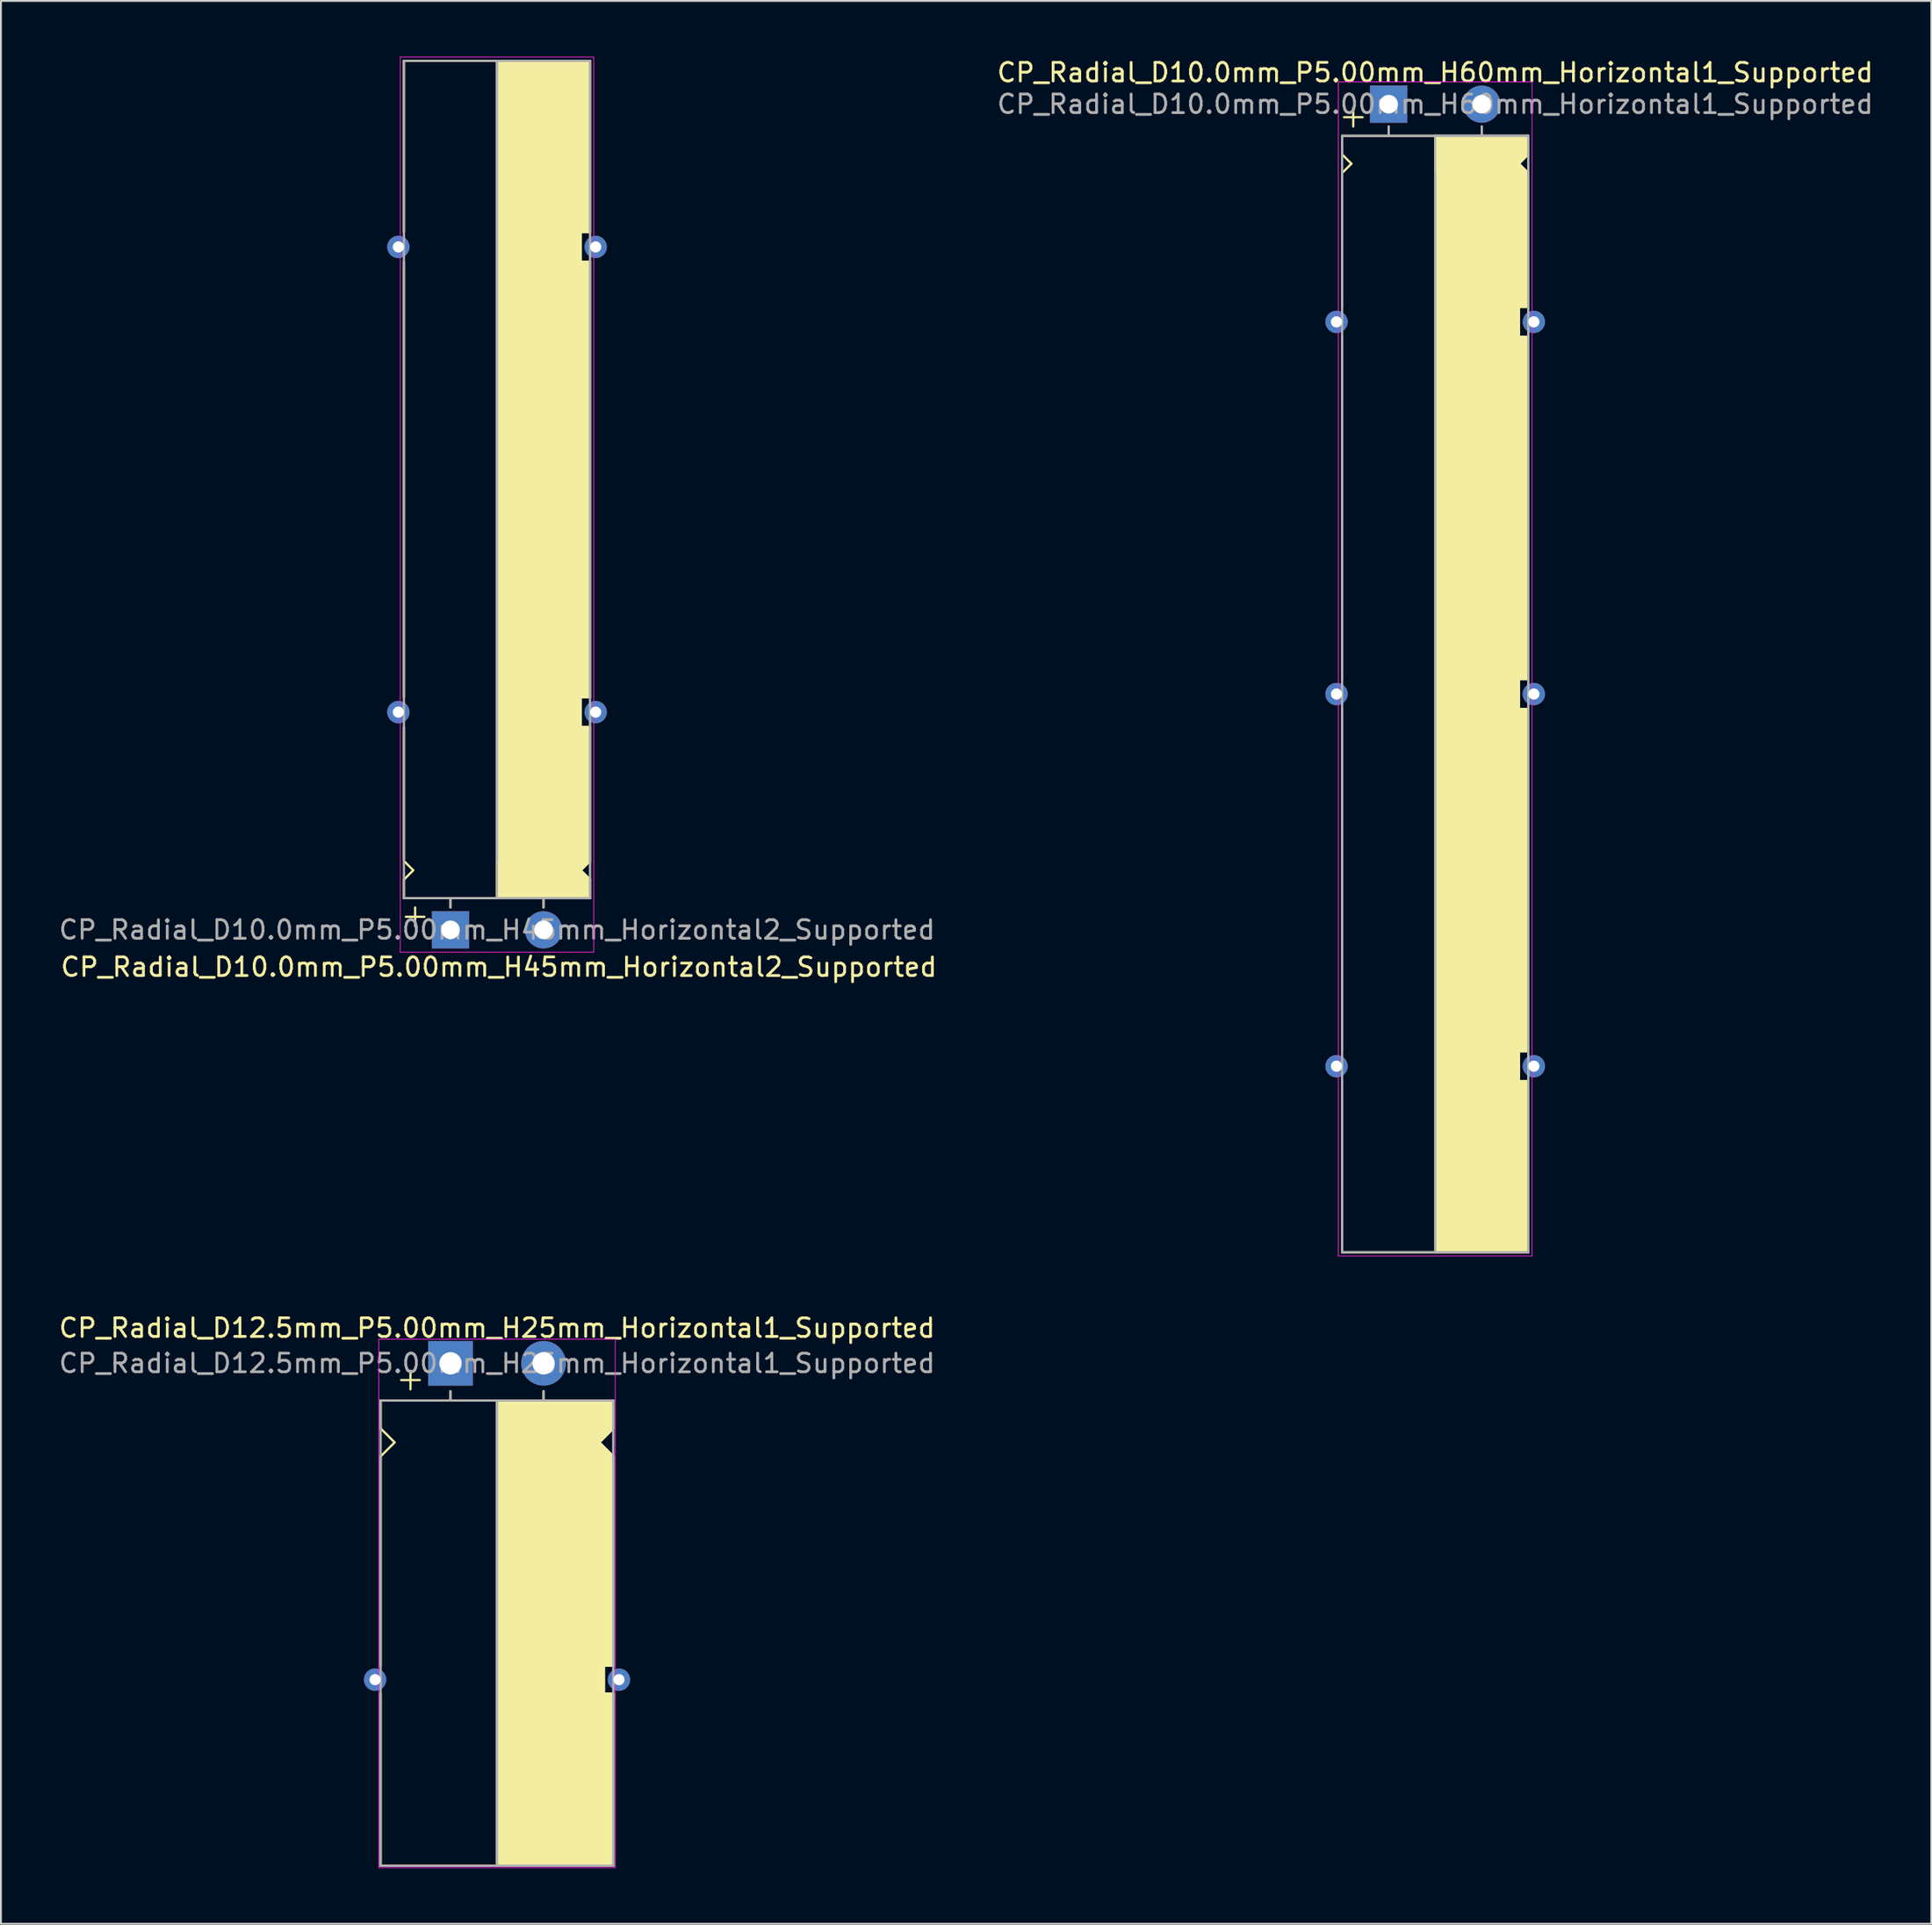
<source format=kicad_pcb>
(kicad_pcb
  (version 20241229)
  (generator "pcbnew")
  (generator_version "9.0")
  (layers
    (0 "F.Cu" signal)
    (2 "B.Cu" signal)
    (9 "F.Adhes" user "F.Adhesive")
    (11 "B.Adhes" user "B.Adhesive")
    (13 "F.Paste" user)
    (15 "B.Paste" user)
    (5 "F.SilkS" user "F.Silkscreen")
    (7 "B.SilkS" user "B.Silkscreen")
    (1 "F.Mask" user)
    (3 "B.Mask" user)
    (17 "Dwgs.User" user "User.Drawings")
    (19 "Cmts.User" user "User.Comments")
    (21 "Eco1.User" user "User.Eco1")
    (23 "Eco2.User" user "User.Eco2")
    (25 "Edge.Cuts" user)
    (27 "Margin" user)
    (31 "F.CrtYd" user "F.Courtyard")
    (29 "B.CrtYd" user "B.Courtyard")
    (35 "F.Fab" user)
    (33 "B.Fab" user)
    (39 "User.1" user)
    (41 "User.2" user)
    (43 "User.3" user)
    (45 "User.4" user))
  (footprint "CP_Radial_D10.0mm_P5.00mm_H60mm_Horizontal1_Supported"
    (layer "F.Cu")
    (at 71.546 2.548)
    (property "Reference" "CP_Radial_D10.0mm_P5.00mm_H60mm_Horizontal1_Supported" (at 2.5 -1.7 0) (layer "F.SilkS") (effects (font (size 1 1) (thickness 0.15))))
    (attr through_hole)
    (fp_line (start -2.5 1.7) (end -2.5 2.7) (stroke (width 0.12) (type solid)) (layer "F.SilkS"))
    (fp_line (start -2.5 2.7) (end -2 3.2) (stroke (width 0.12) (type solid)) (layer "F.SilkS"))
    (fp_line (start -2.5 3.8) (end -2.5 10.9) (stroke (width 0.12) (type solid)) (layer "F.SilkS"))
    (fp_line (start -2.5 12.5) (end -2.5 30.9) (stroke (width 0.12) (type solid)) (layer "F.SilkS"))
    (fp_line (start -2.5 50.9) (end -2.5 32.5) (stroke (width 0.12) (type solid)) (layer "F.SilkS"))
    (fp_line (start -2.5 52.5) (end -2.5 61.7) (stroke (width 0.12) (type solid)) (layer "F.SilkS"))
    (fp_line (start -2.5 61.7) (end 7.5 61.7) (stroke (width 0.12) (type solid)) (layer "F.SilkS"))
    (fp_line (start -2 3.2) (end -2.5 3.7) (stroke (width 0.12) (type solid)) (layer "F.SilkS"))
    (fp_line (start -1.9 0.2) (end -1.9 1.2) (stroke (width 0.12) (type solid)) (layer "F.SilkS"))
    (fp_line (start -1.4 0.7) (end -2.4 0.7) (stroke (width 0.12) (type solid)) (layer "F.SilkS"))
    (fp_line (start 0 1.7) (end 0 1.2) (stroke (width 0.12) (type solid)) (layer "F.SilkS"))
    (fp_line (start 2.5 1.7) (end -2.5 1.7) (stroke (width 0.12) (type solid)) (layer "F.SilkS"))
    (fp_line (start 2.5 61.7) (end 2.5 1.7) (stroke (width 0.12) (type solid)) (layer "F.SilkS"))
    (fp_line (start 5 1.7) (end 5 1.2) (stroke (width 0.12) (type solid)) (layer "F.SilkS"))
    (fp_line (start 7 3.2) (end 7.5 3.7) (stroke (width 0.12) (type solid)) (layer "F.SilkS"))
    (fp_line (start 7 10.9) (end 7 12.5) (stroke (width 0.12) (type solid)) (layer "F.SilkS"))
    (fp_line (start 7 12.5) (end 7.5 12.5) (stroke (width 0.12) (type solid)) (layer "F.SilkS"))
    (fp_line (start 7 30.9) (end 7 32.5) (stroke (width 0.12) (type solid)) (layer "F.SilkS"))
    (fp_line (start 7 32.5) (end 7.5 32.5) (stroke (width 0.12) (type solid)) (layer "F.SilkS"))
    (fp_line (start 7 50.9) (end 7 52.5) (stroke (width 0.12) (type solid)) (layer "F.SilkS"))
    (fp_line (start 7 52.5) (end 7.5 52.5) (stroke (width 0.12) (type solid)) (layer "F.SilkS"))
    (fp_line (start 7.5 1.7) (end 2.5 1.7) (stroke (width 0.12) (type solid)) (layer "F.SilkS"))
    (fp_line (start 7.5 1.7) (end 7.5 2.7) (stroke (width 0.12) (type solid)) (layer "F.SilkS"))
    (fp_line (start 7.5 2.7) (end 7 3.2) (stroke (width 0.12) (type solid)) (layer "F.SilkS"))
    (fp_line (start 7.5 3.7) (end 7.5 10.9) (stroke (width 0.12) (type solid)) (layer "F.SilkS"))
    (fp_line (start 7.5 10.9) (end 7 10.9) (stroke (width 0.12) (type solid)) (layer "F.SilkS"))
    (fp_line (start 7.5 12.5) (end 7.5 30.9) (stroke (width 0.12) (type solid)) (layer "F.SilkS"))
    (fp_line (start 7.5 30.9) (end 7 30.9) (stroke (width 0.12) (type solid)) (layer "F.SilkS"))
    (fp_line (start 7.5 50.9) (end 7 50.9) (stroke (width 0.12) (type solid)) (layer "F.SilkS"))
    (fp_line (start 7.5 50.9) (end 7.5 32.5) (stroke (width 0.12) (type solid)) (layer "F.SilkS"))
    (fp_line (start 7.5 52.5) (end 7.5 61.7) (stroke (width 0.12) (type solid)) (layer "F.SilkS"))
    (fp_poly (pts (xy 7.5 2.7) (xy 7 3.2) (xy 7.5 3.7) (xy 7.5 10.9) (xy 7 10.9) (xy 7 12.5) (xy 7.5 12.5) (xy 7.5 30.9) (xy 7 30.9) (xy 7 32.5) (xy 7.5 32.5) (xy 7.5 50.9) (xy 7 50.9) (xy 7 52.5) (xy 7.5 52.5) (xy 7.5 61.7) (xy 2.5 61.7) (xy 2.5 1.7) (xy 7.5 1.7)) (stroke (width 0.1) (type solid)) (fill yes) (layer "F.SilkS"))
    (fp_line (start -2.7 -1.2) (end 5.3 -1.2) (stroke (width 0.04) (type solid)) (layer "F.CrtYd"))
    (fp_line (start -2.7 61.9) (end -2.7 -1.2) (stroke (width 0.04) (type solid)) (layer "F.CrtYd"))
    (fp_line (start 5.3 -1.2) (end 7.7 -1.2) (stroke (width 0.04) (type solid)) (layer "F.CrtYd"))
    (fp_line (start 7.7 -1.2) (end 7.7 61.9) (stroke (width 0.04) (type solid)) (layer "F.CrtYd"))
    (fp_line (start 7.7 61.9) (end -2.7 61.9) (stroke (width 0.04) (type solid)) (layer "F.CrtYd"))
    (fp_line (start -2.5 1.7) (end -2.5 61.7) (stroke (width 0.12) (type solid)) (layer "F.Fab"))
    (fp_line (start -2.5 61.7) (end 7.5 61.7) (stroke (width 0.12) (type solid)) (layer "F.Fab"))
    (fp_line (start 0 1.7) (end 0 1.2) (stroke (width 0.12) (type solid)) (layer "F.Fab"))
    (fp_line (start 2.5 3.7) (end 2.5 61.7) (stroke (width 0.12) (type solid)) (layer "F.Fab"))
    (fp_line (start 5 1.7) (end 5 1.2) (stroke (width 0.12) (type solid)) (layer "F.Fab"))
    (fp_line (start 7.5 1.7) (end -2.5 1.7) (stroke (width 0.12) (type solid)) (layer "F.Fab"))
    (fp_line (start 7.5 61.7) (end 7.5 1.7) (stroke (width 0.12) (type solid)) (layer "F.Fab"))
    (fp_poly (pts (xy 7.5 61.7) (xy 2.5 61.7) (xy 2.5 1.7) (xy 7.5 1.7)) (stroke (width 0.1) (type solid)) (fill no) (layer "F.Fab"))
    (fp_text user "${REFERENCE}" (at 2.5 0 0) (layer "F.Fab") (effects (font (size 1 1) (thickness 0.15))))
    (pad "1" thru_hole rect (at 0 0) (size 2 2) (drill 1) (layers "*.Cu" "*.Mask"))
    (pad "2" thru_hole circle (at 5 0) (size 2 2) (drill 1) (layers "*.Cu" "*.Mask"))
    (pad "~" thru_hole circle (at -2.8 11.7 180) (size 1.2 1.2) (drill 0.6) (layers "*.Cu" "*.Mask"))
    (pad "~" thru_hole circle (at -2.8 31.7 180) (size 1.2 1.2) (drill 0.6) (layers "*.Cu" "*.Mask"))
    (pad "~" thru_hole circle (at -2.8 51.7) (size 1.2 1.2) (drill 0.6) (layers "*.Cu" "*.Mask"))
    (pad "~" thru_hole circle (at 7.8 11.7) (size 1.2 1.2) (drill 0.6) (layers "*.Cu" "*.Mask"))
    (pad "~" thru_hole circle (at 7.8 31.7) (size 1.2 1.2) (drill 0.6) (layers "*.Cu" "*.Mask"))
    (pad "~" thru_hole circle (at 7.8 51.7) (size 1.2 1.2) (drill 0.6) (layers "*.Cu" "*.Mask")))
  (footprint "CP_Radial_D12.5mm_P5.00mm_H25mm_Horizontal1_Supported"
    (layer "F.Cu")
    (at 21.149 70.216)
    (property "Reference" "CP_Radial_D12.5mm_P5.00mm_H25mm_Horizontal1_Supported" (at 2.5 -1.9 180) (layer "F.SilkS") (effects (font (size 1 1) (thickness 0.15))))
    (attr through_hole)
    (fp_line (start -3.75 2) (end -3.75 3.5) (stroke (width 0.12) (type solid)) (layer "F.SilkS"))
    (fp_line (start -3.75 3.5) (end -3 4.25) (stroke (width 0.12) (type solid)) (layer "F.SilkS"))
    (fp_line (start -3.75 5) (end -3.75 16.25) (stroke (width 0.12) (type solid)) (layer "F.SilkS"))
    (fp_line (start -3.75 27) (end -3.75 17.75) (stroke (width 0.12) (type solid)) (layer "F.SilkS"))
    (fp_line (start -3 4.25) (end -3.75 5) (stroke (width 0.12) (type solid)) (layer "F.SilkS"))
    (fp_line (start -2.15 0.4) (end -2.15 1.4) (stroke (width 0.12) (type solid)) (layer "F.SilkS"))
    (fp_line (start -1.65 0.9) (end -2.65 0.9) (stroke (width 0.12) (type solid)) (layer "F.SilkS"))
    (fp_line (start 0 1.5) (end 0 2) (stroke (width 0.12) (type solid)) (layer "F.SilkS"))
    (fp_line (start 2.5 2) (end -3.75 2) (stroke (width 0.12) (type solid)) (layer "F.SilkS"))
    (fp_line (start 2.5 2) (end 2.5 27) (stroke (width 0.12) (type solid)) (layer "F.SilkS"))
    (fp_line (start 2.5 2) (end 8.75 2) (stroke (width 0.12) (type solid)) (layer "F.SilkS"))
    (fp_line (start 5 1.5) (end 5 2) (stroke (width 0.12) (type solid)) (layer "F.SilkS"))
    (fp_line (start 8 4.25) (end 8.75 5) (stroke (width 0.12) (type solid)) (layer "F.SilkS"))
    (fp_line (start 8.25 16.25) (end 8.75 16.25) (stroke (width 0.12) (type solid)) (layer "F.SilkS"))
    (fp_line (start 8.25 17.75) (end 8.25 16.25) (stroke (width 0.12) (type solid)) (layer "F.SilkS"))
    (fp_line (start 8.75 2) (end 8.75 3.5) (stroke (width 0.12) (type solid)) (layer "F.SilkS"))
    (fp_line (start 8.75 3.5) (end 8 4.25) (stroke (width 0.12) (type solid)) (layer "F.SilkS"))
    (fp_line (start 8.75 5) (end 8.75 16.25) (stroke (width 0.12) (type solid)) (layer "F.SilkS"))
    (fp_line (start 8.75 17.75) (end 8.25 17.75) (stroke (width 0.12) (type solid)) (layer "F.SilkS"))
    (fp_line (start 8.75 27) (end -3.75 27) (stroke (width 0.12) (type solid)) (layer "F.SilkS"))
    (fp_line (start 8.75 27) (end 8.75 17.75) (stroke (width 0.12) (type solid)) (layer "F.SilkS"))
    (fp_poly (pts (xy 8.75 3.5) (xy 8 4.25) (xy 8.75 5) (xy 8.75 16.25) (xy 8.25 16.25) (xy 8.25 17.75) (xy 8.75 17.75) (xy 8.75 27) (xy 2.5 27) (xy 2.5 2) (xy 8.75 2)) (stroke (width 0.1) (type solid)) (fill yes) (layer "F.SilkS"))
    (fp_line (start -3.85 -1.3) (end 8.85 -1.3) (stroke (width 0.04) (type solid)) (layer "F.CrtYd"))
    (fp_line (start -3.85 27.1) (end -3.85 -1.3) (stroke (width 0.04) (type solid)) (layer "F.CrtYd"))
    (fp_line (start 8.85 -1.3) (end 8.85 27.1) (stroke (width 0.04) (type solid)) (layer "F.CrtYd"))
    (fp_line (start 8.85 27.1) (end -3.85 27.1) (stroke (width 0.04) (type solid)) (layer "F.CrtYd"))
    (fp_line (start -3.75 2) (end -3.75 27) (stroke (width 0.12) (type solid)) (layer "F.Fab"))
    (fp_line (start -3.75 27) (end 8.75 27) (stroke (width 0.12) (type solid)) (layer "F.Fab"))
    (fp_line (start 0 1.5) (end 0 2) (stroke (width 0.12) (type solid)) (layer "F.Fab"))
    (fp_line (start 0 2) (end -3.75 2) (stroke (width 0.12) (type solid)) (layer "F.Fab"))
    (fp_line (start 2.5 2) (end 2.5 27) (stroke (width 0.12) (type solid)) (layer "F.Fab"))
    (fp_line (start 5 2) (end 5 1.5) (stroke (width 0.12) (type solid)) (layer "F.Fab"))
    (fp_line (start 8.75 2) (end 0 2) (stroke (width 0.12) (type solid)) (layer "F.Fab"))
    (fp_line (start 8.75 27) (end 8.75 2) (stroke (width 0.12) (type solid)) (layer "F.Fab"))
    (fp_poly (pts (xy 8.75 27) (xy 2.5 27) (xy 2.5 2) (xy 8.75 2)) (stroke (width 0.1) (type solid)) (fill no) (layer "F.Fab"))
    (fp_text user "${REFERENCE}" (at 2.5 0 0) (layer "F.Fab") (effects (font (size 1 1) (thickness 0.15))))
    (pad "1" thru_hole rect (at 0 0) (size 2.4 2.4) (drill 1.2) (layers "*.Cu" "*.Mask"))
    (pad "2" thru_hole circle (at 5 0) (size 2.4 2.4) (drill 1.2) (layers "*.Cu" "*.Mask"))
    (pad "~" thru_hole circle (at -4.05 17) (size 1.2 1.2) (drill 0.6) (layers "*.Cu" "*.Mask"))
    (pad "~" thru_hole circle (at 9.05 17) (size 1.2 1.2) (drill 0.6) (layers "*.Cu" "*.Mask")))
  (footprint "CP_Radial_D10.0mm_P5.00mm_H45mm_Horizontal2_Supported"
    (layer "F.Cu")
    (at 21.149 46.92)
    (property "Reference" "CP_Radial_D10.0mm_P5.00mm_H45mm_Horizontal2_Supported" (at 2.6 2 0) (layer "F.SilkS") (effects (font (size 1 1) (thickness 0.15))))
    (attr through_hole)
    (fp_line (start -2.5 -46.7) (end 7.5 -46.7) (stroke (width 0.12) (type solid)) (layer "F.SilkS"))
    (fp_line (start -2.5 -37.5) (end -2.5 -46.7) (stroke (width 0.12) (type solid)) (layer "F.SilkS"))
    (fp_line (start -2.5 -12.5) (end -2.5 -35.9) (stroke (width 0.12) (type solid)) (layer "F.SilkS"))
    (fp_line (start -2.5 -3.8) (end -2.5 -10.9) (stroke (width 0.12) (type solid)) (layer "F.SilkS"))
    (fp_line (start -2.5 -2.7) (end -2 -3.2) (stroke (width 0.12) (type solid)) (layer "F.SilkS"))
    (fp_line (start -2.5 -1.7) (end -2.5 -2.7) (stroke (width 0.12) (type solid)) (layer "F.SilkS"))
    (fp_line (start -2 -3.2) (end -2.5 -3.7) (stroke (width 0.12) (type solid)) (layer "F.SilkS"))
    (fp_line (start -1.9 -1.2) (end -1.9 -0.2) (stroke (width 0.12) (type solid)) (layer "F.SilkS"))
    (fp_line (start -1.4 -0.7) (end -2.4 -0.7) (stroke (width 0.12) (type solid)) (layer "F.SilkS"))
    (fp_line (start 0 -1.7) (end 0 -1.2) (stroke (width 0.12) (type solid)) (layer "F.SilkS"))
    (fp_line (start 2.5 -46.7) (end 2.5 -1.7) (stroke (width 0.12) (type solid)) (layer "F.SilkS"))
    (fp_line (start 2.5 -1.7) (end -2.5 -1.7) (stroke (width 0.12) (type solid)) (layer "F.SilkS"))
    (fp_line (start 5 -1.7) (end 5 -1.2) (stroke (width 0.12) (type solid)) (layer "F.SilkS"))
    (fp_line (start 7 -37.5) (end 7.5 -37.5) (stroke (width 0.12) (type solid)) (layer "F.SilkS"))
    (fp_line (start 7 -35.9) (end 7 -37.5) (stroke (width 0.12) (type solid)) (layer "F.SilkS"))
    (fp_line (start 7 -12.5) (end 7.5 -12.5) (stroke (width 0.12) (type solid)) (layer "F.SilkS"))
    (fp_line (start 7 -10.9) (end 7 -12.5) (stroke (width 0.12) (type solid)) (layer "F.SilkS"))
    (fp_line (start 7 -3.2) (end 7.5 -3.7) (stroke (width 0.12) (type solid)) (layer "F.SilkS"))
    (fp_line (start 7.5 -37.5) (end 7.5 -46.7) (stroke (width 0.12) (type solid)) (layer "F.SilkS"))
    (fp_line (start 7.5 -35.9) (end 7 -35.9) (stroke (width 0.12) (type solid)) (layer "F.SilkS"))
    (fp_line (start 7.5 -12.5) (end 7.5 -35.9) (stroke (width 0.12) (type solid)) (layer "F.SilkS"))
    (fp_line (start 7.5 -10.9) (end 7 -10.9) (stroke (width 0.12) (type solid)) (layer "F.SilkS"))
    (fp_line (start 7.5 -3.7) (end 7.5 -10.9) (stroke (width 0.12) (type solid)) (layer "F.SilkS"))
    (fp_line (start 7.5 -2.7) (end 7 -3.2) (stroke (width 0.12) (type solid)) (layer "F.SilkS"))
    (fp_line (start 7.5 -1.7) (end 2.5 -1.7) (stroke (width 0.12) (type solid)) (layer "F.SilkS"))
    (fp_line (start 7.5 -1.7) (end 7.5 -2.7) (stroke (width 0.12) (type solid)) (layer "F.SilkS"))
    (fp_poly (pts (xy 7.5 -2.7) (xy 7 -3.2) (xy 7.5 -3.7) (xy 7.5 -10.9) (xy 7 -10.9) (xy 7 -12.5) (xy 7.5 -12.5) (xy 7.5 -35.9) (xy 7 -35.9) (xy 7 -37.5) (xy 7.5 -37.5) (xy 7.5 -46.7) (xy 2.5 -46.7) (xy 2.5 -1.7) (xy 7.5 -1.7)) (stroke (width 0.1) (type solid)) (fill yes) (layer "F.SilkS"))
    (fp_line (start -2.7 -46.9) (end -2.7 1.2) (stroke (width 0.04) (type solid)) (layer "F.CrtYd"))
    (fp_line (start -2.7 1.2) (end 5.3 1.2) (stroke (width 0.04) (type solid)) (layer "F.CrtYd"))
    (fp_line (start 5.3 1.2) (end 7.7 1.2) (stroke (width 0.04) (type solid)) (layer "F.CrtYd"))
    (fp_line (start 7.7 -46.9) (end -2.7 -46.9) (stroke (width 0.04) (type solid)) (layer "F.CrtYd"))
    (fp_line (start 7.7 1.2) (end 7.7 -46.9) (stroke (width 0.04) (type solid)) (layer "F.CrtYd"))
    (fp_line (start -2.5 -46.7) (end 7.5 -46.7) (stroke (width 0.12) (type solid)) (layer "F.Fab"))
    (fp_line (start -2.5 -1.7) (end -2.5 -46.7) (stroke (width 0.12) (type solid)) (layer "F.Fab"))
    (fp_line (start 0 -1.7) (end 0 -1.2) (stroke (width 0.12) (type solid)) (layer "F.Fab"))
    (fp_line (start 2.5 -3.7) (end 2.5 -46.7) (stroke (width 0.12) (type solid)) (layer "F.Fab"))
    (fp_line (start 5 -1.7) (end 5 -1.2) (stroke (width 0.12) (type solid)) (layer "F.Fab"))
    (fp_line (start 7.5 -46.7) (end 7.5 -1.7) (stroke (width 0.12) (type solid)) (layer "F.Fab"))
    (fp_line (start 7.5 -1.7) (end -2.5 -1.7) (stroke (width 0.12) (type solid)) (layer "F.Fab"))
    (fp_poly (pts (xy 7.5 -46.7) (xy 2.5 -46.7) (xy 2.5 -1.7) (xy 7.5 -1.7)) (stroke (width 0.1) (type solid)) (fill no) (layer "F.Fab"))
    (fp_text user "${REFERENCE}" (at 2.5 0 0) (layer "F.Fab") (effects (font (size 1 1) (thickness 0.15))))
    (pad "1" thru_hole rect (at 0 0) (size 2 2) (drill 1) (layers "*.Cu" "*.Mask"))
    (pad "2" thru_hole circle (at 5 0) (size 2 2) (drill 1) (layers "*.Cu" "*.Mask"))
    (pad "~" thru_hole circle (at -2.8 -36.7 180) (size 1.2 1.2) (drill 0.6) (layers "*.Cu" "*.Mask"))
    (pad "~" thru_hole circle (at -2.8 -11.7) (size 1.2 1.2) (drill 0.6) (layers "*.Cu" "*.Mask"))
    (pad "~" thru_hole circle (at 7.8 -36.7 180) (size 1.2 1.2) (drill 0.6) (layers "*.Cu" "*.Mask"))
    (pad "~" thru_hole circle (at 7.8 -11.7 180) (size 1.2 1.2) (drill 0.6) (layers "*.Cu" "*.Mask")))
  (gr_rect
    (start -3 -3)
    (end 100.695 100.337)
    (stroke (width 0.1) (type default))
    (fill no)
    (layer "Edge.Cuts")))
</source>
